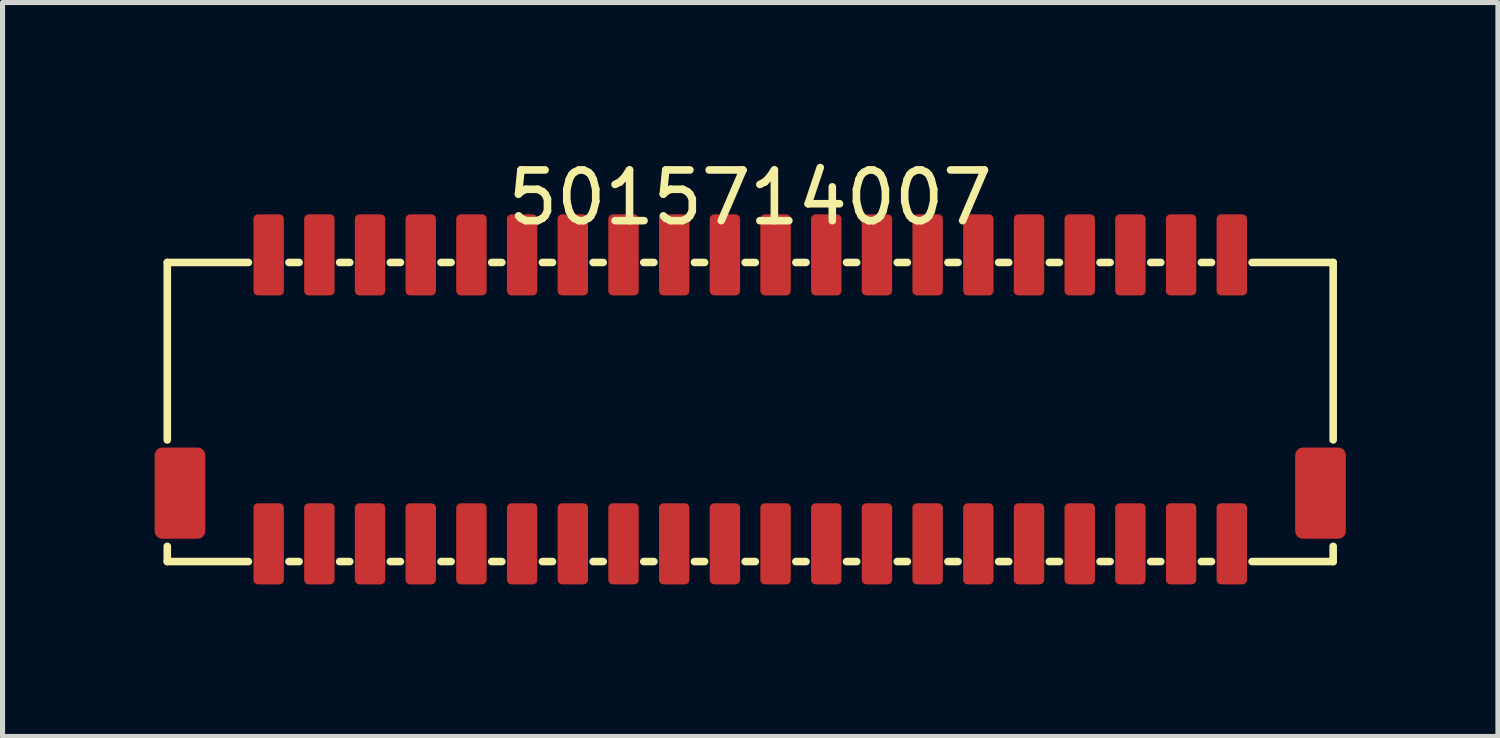
<source format=kicad_pcb>
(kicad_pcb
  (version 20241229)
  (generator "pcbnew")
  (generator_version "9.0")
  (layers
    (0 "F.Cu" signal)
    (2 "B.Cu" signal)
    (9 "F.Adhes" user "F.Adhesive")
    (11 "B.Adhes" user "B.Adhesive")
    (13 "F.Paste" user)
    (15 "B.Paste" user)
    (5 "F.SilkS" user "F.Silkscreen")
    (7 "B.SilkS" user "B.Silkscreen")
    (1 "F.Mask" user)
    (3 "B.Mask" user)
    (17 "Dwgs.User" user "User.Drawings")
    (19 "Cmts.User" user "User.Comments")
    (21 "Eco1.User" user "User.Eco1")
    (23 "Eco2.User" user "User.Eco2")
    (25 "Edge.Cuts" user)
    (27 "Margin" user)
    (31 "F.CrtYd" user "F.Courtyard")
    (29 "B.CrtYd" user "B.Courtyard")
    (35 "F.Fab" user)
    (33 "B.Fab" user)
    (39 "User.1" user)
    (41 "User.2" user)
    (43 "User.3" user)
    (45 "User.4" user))
  (footprint "5015714007"
    (layer "F.Cu")
    (at 11.75 4.828)
    (property "Reference" "5015714007" (at 0 -3.98 0) (layer "F.SilkS") (effects (font (size 1 1) (thickness 0.15))))
    (attr smd)
    (fp_line (start -11.5 -2.7) (end -9.9 -2.7) (stroke (width 0.15) (type solid)) (layer "F.SilkS"))
    (fp_line (start -11.5 0.8) (end -11.5 -2.7) (stroke (width 0.15) (type solid)) (layer "F.SilkS"))
    (fp_line (start -11.5 2.9) (end -11.5 3.2) (stroke (width 0.15) (type solid)) (layer "F.SilkS"))
    (fp_line (start -11.5 3.2) (end -9.9 3.2) (stroke (width 0.15) (type solid)) (layer "F.SilkS"))
    (fp_line (start -9.1 -2.7) (end -8.9 -2.7) (stroke (width 0.15) (type solid)) (layer "F.SilkS"))
    (fp_line (start -9.1 3.2) (end -8.9 3.2) (stroke (width 0.15) (type solid)) (layer "F.SilkS"))
    (fp_line (start -8.1 -2.7) (end -7.9 -2.7) (stroke (width 0.15) (type solid)) (layer "F.SilkS"))
    (fp_line (start -8.1 3.2) (end -7.9 3.2) (stroke (width 0.15) (type solid)) (layer "F.SilkS"))
    (fp_line (start -7.1 -2.7) (end -6.9 -2.7) (stroke (width 0.15) (type solid)) (layer "F.SilkS"))
    (fp_line (start -7.1 3.2) (end -6.9 3.2) (stroke (width 0.15) (type solid)) (layer "F.SilkS"))
    (fp_line (start -6.1 -2.7) (end -5.9 -2.7) (stroke (width 0.15) (type solid)) (layer "F.SilkS"))
    (fp_line (start -6.1 3.2) (end -5.9 3.2) (stroke (width 0.15) (type solid)) (layer "F.SilkS"))
    (fp_line (start -5.1 -2.7) (end -4.9 -2.7) (stroke (width 0.15) (type solid)) (layer "F.SilkS"))
    (fp_line (start -5.1 3.2) (end -4.9 3.2) (stroke (width 0.15) (type solid)) (layer "F.SilkS"))
    (fp_line (start -4.1 -2.7) (end -3.9 -2.7) (stroke (width 0.15) (type solid)) (layer "F.SilkS"))
    (fp_line (start -4.1 3.2) (end -3.9 3.2) (stroke (width 0.15) (type solid)) (layer "F.SilkS"))
    (fp_line (start -3.1 -2.7) (end -2.9 -2.7) (stroke (width 0.15) (type solid)) (layer "F.SilkS"))
    (fp_line (start -3.1 3.2) (end -2.9 3.2) (stroke (width 0.15) (type solid)) (layer "F.SilkS"))
    (fp_line (start -2.1 -2.7) (end -1.9 -2.7) (stroke (width 0.15) (type solid)) (layer "F.SilkS"))
    (fp_line (start -2.1 3.2) (end -1.9 3.2) (stroke (width 0.15) (type solid)) (layer "F.SilkS"))
    (fp_line (start -1.1 -2.7) (end -0.9 -2.7) (stroke (width 0.15) (type solid)) (layer "F.SilkS"))
    (fp_line (start -1.1 3.2) (end -0.9 3.2) (stroke (width 0.15) (type solid)) (layer "F.SilkS"))
    (fp_line (start -0.1 -2.7) (end 0.1 -2.7) (stroke (width 0.15) (type solid)) (layer "F.SilkS"))
    (fp_line (start -0.1 3.2) (end 0.1 3.2) (stroke (width 0.15) (type solid)) (layer "F.SilkS"))
    (fp_line (start 0.9 -2.7) (end 1.1 -2.7) (stroke (width 0.15) (type solid)) (layer "F.SilkS"))
    (fp_line (start 0.9 3.2) (end 1.1 3.2) (stroke (width 0.15) (type solid)) (layer "F.SilkS"))
    (fp_line (start 1.9 -2.7) (end 2.1 -2.7) (stroke (width 0.15) (type solid)) (layer "F.SilkS"))
    (fp_line (start 1.9 3.2) (end 2.1 3.2) (stroke (width 0.15) (type solid)) (layer "F.SilkS"))
    (fp_line (start 2.9 -2.7) (end 3.1 -2.7) (stroke (width 0.15) (type solid)) (layer "F.SilkS"))
    (fp_line (start 2.9 3.2) (end 3.1 3.2) (stroke (width 0.15) (type solid)) (layer "F.SilkS"))
    (fp_line (start 3.9 -2.7) (end 4.1 -2.7) (stroke (width 0.15) (type solid)) (layer "F.SilkS"))
    (fp_line (start 3.9 3.2) (end 4.1 3.2) (stroke (width 0.15) (type solid)) (layer "F.SilkS"))
    (fp_line (start 4.9 -2.7) (end 5.1 -2.7) (stroke (width 0.15) (type solid)) (layer "F.SilkS"))
    (fp_line (start 4.9 3.2) (end 5.1 3.2) (stroke (width 0.15) (type solid)) (layer "F.SilkS"))
    (fp_line (start 5.9 -2.7) (end 6.1 -2.7) (stroke (width 0.15) (type solid)) (layer "F.SilkS"))
    (fp_line (start 5.9 3.2) (end 6.1 3.2) (stroke (width 0.15) (type solid)) (layer "F.SilkS"))
    (fp_line (start 6.9 -2.7) (end 7.1 -2.7) (stroke (width 0.15) (type solid)) (layer "F.SilkS"))
    (fp_line (start 6.9 3.2) (end 7.1 3.2) (stroke (width 0.15) (type solid)) (layer "F.SilkS"))
    (fp_line (start 7.9 -2.7) (end 8.1 -2.7) (stroke (width 0.15) (type solid)) (layer "F.SilkS"))
    (fp_line (start 7.9 3.2) (end 8.1 3.2) (stroke (width 0.15) (type solid)) (layer "F.SilkS"))
    (fp_line (start 8.9 -2.7) (end 9.1 -2.7) (stroke (width 0.15) (type solid)) (layer "F.SilkS"))
    (fp_line (start 8.9 3.2) (end 9.1 3.2) (stroke (width 0.15) (type solid)) (layer "F.SilkS"))
    (fp_line (start 9.9 -2.7) (end 11.5 -2.7) (stroke (width 0.15) (type solid)) (layer "F.SilkS"))
    (fp_line (start 9.9 3.2) (end 11.5 3.2) (stroke (width 0.15) (type solid)) (layer "F.SilkS"))
    (fp_line (start 11.5 0.8) (end 11.5 -2.7) (stroke (width 0.15) (type solid)) (layer "F.SilkS"))
    (fp_line (start 11.5 2.9) (end 11.5 3.2) (stroke (width 0.15) (type solid)) (layer "F.SilkS"))
    (pad "1" smd roundrect (at 9.5 -2.85 180) (size 0.6 1.6) (layers "F.Cu" "F.Mask" "F.Paste") (roundrect_rratio 0.15))
    (pad "2" smd roundrect (at 9.5 2.85 180) (size 0.6 1.6) (layers "F.Cu" "F.Mask" "F.Paste") (roundrect_rratio 0.15))
    (pad "3" smd roundrect (at 8.5 -2.85 180) (size 0.6 1.6) (layers "F.Cu" "F.Mask" "F.Paste") (roundrect_rratio 0.15))
    (pad "4" smd roundrect (at 8.5 2.85 180) (size 0.6 1.6) (layers "F.Cu" "F.Mask" "F.Paste") (roundrect_rratio 0.15))
    (pad "5" smd roundrect (at 7.5 -2.85 180) (size 0.6 1.6) (layers "F.Cu" "F.Mask" "F.Paste") (roundrect_rratio 0.15))
    (pad "6" smd roundrect (at 7.5 2.85 180) (size 0.6 1.6) (layers "F.Cu" "F.Mask" "F.Paste") (roundrect_rratio 0.15))
    (pad "7" smd roundrect (at 6.5 -2.85 180) (size 0.6 1.6) (layers "F.Cu" "F.Mask" "F.Paste") (roundrect_rratio 0.15))
    (pad "8" smd roundrect (at 6.5 2.85 180) (size 0.6 1.6) (layers "F.Cu" "F.Mask" "F.Paste") (roundrect_rratio 0.15))
    (pad "9" smd roundrect (at 5.5 -2.85 180) (size 0.6 1.6) (layers "F.Cu" "F.Mask" "F.Paste") (roundrect_rratio 0.15))
    (pad "10" smd roundrect (at 5.5 2.85 180) (size 0.6 1.6) (layers "F.Cu" "F.Mask" "F.Paste") (roundrect_rratio 0.15))
    (pad "11" smd roundrect (at 4.5 -2.85 180) (size 0.6 1.6) (layers "F.Cu" "F.Mask" "F.Paste") (roundrect_rratio 0.15))
    (pad "12" smd roundrect (at 4.5 2.85 180) (size 0.6 1.6) (layers "F.Cu" "F.Mask" "F.Paste") (roundrect_rratio 0.15))
    (pad "13" smd roundrect (at 3.5 -2.85 180) (size 0.6 1.6) (layers "F.Cu" "F.Mask" "F.Paste") (roundrect_rratio 0.15))
    (pad "14" smd roundrect (at 3.5 2.85 180) (size 0.6 1.6) (layers "F.Cu" "F.Mask" "F.Paste") (roundrect_rratio 0.15))
    (pad "15" smd roundrect (at 2.5 -2.85 180) (size 0.6 1.6) (layers "F.Cu" "F.Mask" "F.Paste") (roundrect_rratio 0.15))
    (pad "16" smd roundrect (at 2.5 2.85 180) (size 0.6 1.6) (layers "F.Cu" "F.Mask" "F.Paste") (roundrect_rratio 0.15))
    (pad "17" smd roundrect (at 1.5 -2.85 180) (size 0.6 1.6) (layers "F.Cu" "F.Mask" "F.Paste") (roundrect_rratio 0.15))
    (pad "18" smd roundrect (at 1.5 2.85 180) (size 0.6 1.6) (layers "F.Cu" "F.Mask" "F.Paste") (roundrect_rratio 0.15))
    (pad "19" smd roundrect (at 0.5 -2.85 180) (size 0.6 1.6) (layers "F.Cu" "F.Mask" "F.Paste") (roundrect_rratio 0.15))
    (pad "20" smd roundrect (at 0.5 2.85 180) (size 0.6 1.6) (layers "F.Cu" "F.Mask" "F.Paste") (roundrect_rratio 0.15))
    (pad "21" smd roundrect (at -0.5 -2.85 180) (size 0.6 1.6) (layers "F.Cu" "F.Mask" "F.Paste") (roundrect_rratio 0.15))
    (pad "22" smd roundrect (at -0.5 2.85 180) (size 0.6 1.6) (layers "F.Cu" "F.Mask" "F.Paste") (roundrect_rratio 0.15))
    (pad "23" smd roundrect (at -1.5 -2.85 180) (size 0.6 1.6) (layers "F.Cu" "F.Mask" "F.Paste") (roundrect_rratio 0.15))
    (pad "24" smd roundrect (at -1.5 2.85 180) (size 0.6 1.6) (layers "F.Cu" "F.Mask" "F.Paste") (roundrect_rratio 0.15))
    (pad "25" smd roundrect (at -2.5 -2.85 180) (size 0.6 1.6) (layers "F.Cu" "F.Mask" "F.Paste") (roundrect_rratio 0.15))
    (pad "26" smd roundrect (at -2.5 2.85 180) (size 0.6 1.6) (layers "F.Cu" "F.Mask" "F.Paste") (roundrect_rratio 0.15))
    (pad "27" smd roundrect (at -3.5 -2.85 180) (size 0.6 1.6) (layers "F.Cu" "F.Mask" "F.Paste") (roundrect_rratio 0.15))
    (pad "28" smd roundrect (at -3.5 2.85 180) (size 0.6 1.6) (layers "F.Cu" "F.Mask" "F.Paste") (roundrect_rratio 0.15))
    (pad "29" smd roundrect (at -4.5 -2.85 180) (size 0.6 1.6) (layers "F.Cu" "F.Mask" "F.Paste") (roundrect_rratio 0.15))
    (pad "30" smd roundrect (at -4.5 2.85 180) (size 0.6 1.6) (layers "F.Cu" "F.Mask" "F.Paste") (roundrect_rratio 0.15))
    (pad "31" smd roundrect (at -5.5 -2.85 180) (size 0.6 1.6) (layers "F.Cu" "F.Mask" "F.Paste") (roundrect_rratio 0.15))
    (pad "32" smd roundrect (at -5.5 2.85 180) (size 0.6 1.6) (layers "F.Cu" "F.Mask" "F.Paste") (roundrect_rratio 0.15))
    (pad "33" smd roundrect (at -6.5 -2.85 180) (size 0.6 1.6) (layers "F.Cu" "F.Mask" "F.Paste") (roundrect_rratio 0.15))
    (pad "34" smd roundrect (at -6.5 2.85 180) (size 0.6 1.6) (layers "F.Cu" "F.Mask" "F.Paste") (roundrect_rratio 0.15))
    (pad "35" smd roundrect (at -7.5 -2.85 180) (size 0.6 1.6) (layers "F.Cu" "F.Mask" "F.Paste") (roundrect_rratio 0.15))
    (pad "36" smd roundrect (at -7.5 2.85 180) (size 0.6 1.6) (layers "F.Cu" "F.Mask" "F.Paste") (roundrect_rratio 0.15))
    (pad "37" smd roundrect (at -8.5 -2.85 180) (size 0.6 1.6) (layers "F.Cu" "F.Mask" "F.Paste") (roundrect_rratio 0.15))
    (pad "38" smd roundrect (at -8.5 2.85 180) (size 0.6 1.6) (layers "F.Cu" "F.Mask" "F.Paste") (roundrect_rratio 0.15))
    (pad "39" smd roundrect (at -9.5 -2.85 180) (size 0.6 1.6) (layers "F.Cu" "F.Mask" "F.Paste") (roundrect_rratio 0.15))
    (pad "40" smd roundrect (at -9.5 2.85 180) (size 0.6 1.6) (layers "F.Cu" "F.Mask" "F.Paste") (roundrect_rratio 0.15))
    (pad "MP1" smd roundrect (at 11.25 1.85 180) (size 1 1.8) (layers "F.Cu" "F.Mask" "F.Paste") (roundrect_rratio 0.15))
    (pad "MP2" smd roundrect (at -11.25 1.85 180) (size 1 1.8) (layers "F.Cu" "F.Mask" "F.Paste") (roundrect_rratio 0.15)))
  (gr_rect
    (start -3 -3)
    (end 26.5 11.478)
    (stroke (width 0.1) (type default))
    (fill no)
    (layer "Edge.Cuts")))
</source>
